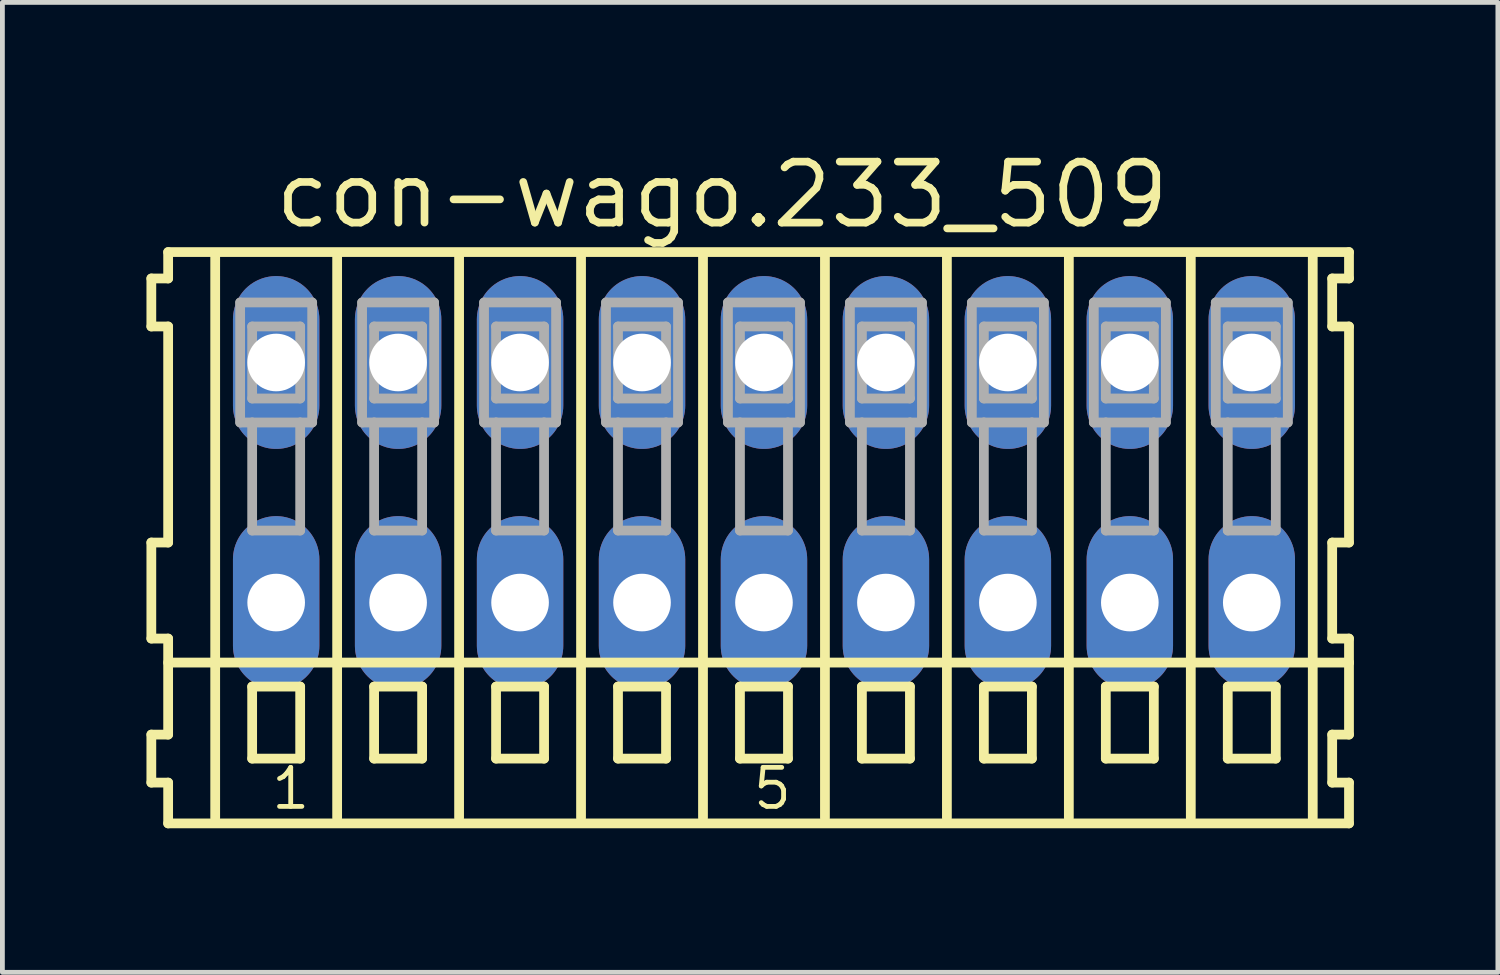
<source format=kicad_pcb>
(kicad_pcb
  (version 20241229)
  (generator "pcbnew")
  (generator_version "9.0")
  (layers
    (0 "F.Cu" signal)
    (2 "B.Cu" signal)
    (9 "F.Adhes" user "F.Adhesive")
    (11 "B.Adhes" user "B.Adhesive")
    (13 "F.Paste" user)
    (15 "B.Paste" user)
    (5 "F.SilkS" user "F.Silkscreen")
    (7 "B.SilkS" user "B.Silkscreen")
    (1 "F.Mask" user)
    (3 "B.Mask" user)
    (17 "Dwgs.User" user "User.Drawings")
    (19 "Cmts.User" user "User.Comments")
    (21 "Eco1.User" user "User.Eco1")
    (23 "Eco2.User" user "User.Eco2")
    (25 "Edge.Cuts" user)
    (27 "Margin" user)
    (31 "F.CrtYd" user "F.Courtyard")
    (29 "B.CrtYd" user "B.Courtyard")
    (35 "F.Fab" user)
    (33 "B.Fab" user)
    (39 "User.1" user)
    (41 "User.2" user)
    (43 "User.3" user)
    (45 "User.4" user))
  (footprint "con-wago.233_509"
    (layer "F.Cu")
    (at 12.862 7)
    (property "Reference" "con-wago.233_509" (at -10.26 -5.25 0) (layer "F.SilkS") (effects (font (size 1.27 1.27) (thickness 0.16)) (justify left bottom)))
    (attr through_hole)
    (fp_line (start -12.76 -4.25) (end -12.76 -3.25) (stroke (width 0.203) (type default)) (layer "F.SilkS"))
    (fp_line (start -12.76 -3.25) (end -12.41 -3.25) (stroke (width 0.203) (type default)) (layer "F.SilkS"))
    (fp_line (start -12.76 1.25) (end -12.76 3.25) (stroke (width 0.203) (type default)) (layer "F.SilkS"))
    (fp_line (start -12.76 3.25) (end -12.41 3.25) (stroke (width 0.203) (type default)) (layer "F.SilkS"))
    (fp_line (start -12.76 5.25) (end -12.76 6.25) (stroke (width 0.203) (type default)) (layer "F.SilkS"))
    (fp_line (start -12.76 6.25) (end -12.41 6.25) (stroke (width 0.203) (type default)) (layer "F.SilkS"))
    (fp_line (start -12.41 -4.8) (end -12.41 -4.25) (stroke (width 0.203) (type default)) (layer "F.SilkS"))
    (fp_line (start -12.41 -4.25) (end -12.76 -4.25) (stroke (width 0.203) (type default)) (layer "F.SilkS"))
    (fp_line (start -12.41 -3.25) (end -12.41 1.25) (stroke (width 0.203) (type default)) (layer "F.SilkS"))
    (fp_line (start -12.41 1.25) (end -12.76 1.25) (stroke (width 0.203) (type default)) (layer "F.SilkS"))
    (fp_line (start -12.41 3.25) (end -12.41 5.25) (stroke (width 0.203) (type default)) (layer "F.SilkS"))
    (fp_line (start -12.41 3.75) (end 12.185 3.75) (stroke (width 0.203) (type default)) (layer "F.SilkS"))
    (fp_line (start -12.41 5.25) (end -12.76 5.25) (stroke (width 0.203) (type default)) (layer "F.SilkS"))
    (fp_line (start -12.41 6.25) (end -12.41 7.1) (stroke (width 0.203) (type default)) (layer "F.SilkS"))
    (fp_line (start -12.41 7.1) (end 12.185 7.1) (stroke (width 0.203) (type default)) (layer "F.SilkS"))
    (fp_line (start -11.43 6.985) (end -11.43 -4.699) (stroke (width 0.203) (type default)) (layer "F.SilkS"))
    (fp_line (start -10.66 4.25) (end -10.66 5.75) (stroke (width 0.203) (type default)) (layer "F.SilkS"))
    (fp_line (start -10.66 5.75) (end -9.66 5.75) (stroke (width 0.203) (type default)) (layer "F.SilkS"))
    (fp_line (start -9.66 4.25) (end -10.66 4.25) (stroke (width 0.203) (type default)) (layer "F.SilkS"))
    (fp_line (start -9.66 5.75) (end -9.66 4.25) (stroke (width 0.203) (type default)) (layer "F.SilkS"))
    (fp_line (start -8.89 6.985) (end -8.89 -4.699) (stroke (width 0.203) (type default)) (layer "F.SilkS"))
    (fp_line (start -8.12 4.25) (end -8.12 5.75) (stroke (width 0.203) (type default)) (layer "F.SilkS"))
    (fp_line (start -8.12 5.75) (end -7.12 5.75) (stroke (width 0.203) (type default)) (layer "F.SilkS"))
    (fp_line (start -7.12 4.25) (end -8.12 4.25) (stroke (width 0.203) (type default)) (layer "F.SilkS"))
    (fp_line (start -7.12 5.75) (end -7.12 4.25) (stroke (width 0.203) (type default)) (layer "F.SilkS"))
    (fp_line (start -6.35 6.985) (end -6.35 -4.699) (stroke (width 0.203) (type default)) (layer "F.SilkS"))
    (fp_line (start -5.58 4.25) (end -5.58 5.75) (stroke (width 0.203) (type default)) (layer "F.SilkS"))
    (fp_line (start -5.58 5.75) (end -4.58 5.75) (stroke (width 0.203) (type default)) (layer "F.SilkS"))
    (fp_line (start -4.58 4.25) (end -5.58 4.25) (stroke (width 0.203) (type default)) (layer "F.SilkS"))
    (fp_line (start -4.58 5.75) (end -4.58 4.25) (stroke (width 0.203) (type default)) (layer "F.SilkS"))
    (fp_line (start -3.81 6.985) (end -3.81 -4.699) (stroke (width 0.203) (type default)) (layer "F.SilkS"))
    (fp_line (start -3.04 4.25) (end -3.04 5.75) (stroke (width 0.203) (type default)) (layer "F.SilkS"))
    (fp_line (start -3.04 5.75) (end -2.04 5.75) (stroke (width 0.203) (type default)) (layer "F.SilkS"))
    (fp_line (start -2.04 4.25) (end -3.04 4.25) (stroke (width 0.203) (type default)) (layer "F.SilkS"))
    (fp_line (start -2.04 5.75) (end -2.04 4.25) (stroke (width 0.203) (type default)) (layer "F.SilkS"))
    (fp_line (start -1.27 6.985) (end -1.27 -4.699) (stroke (width 0.203) (type default)) (layer "F.SilkS"))
    (fp_line (start -0.5 4.25) (end -0.5 5.75) (stroke (width 0.203) (type default)) (layer "F.SilkS"))
    (fp_line (start -0.5 5.75) (end 0.5 5.75) (stroke (width 0.203) (type default)) (layer "F.SilkS"))
    (fp_line (start 0.5 4.25) (end -0.5 4.25) (stroke (width 0.203) (type default)) (layer "F.SilkS"))
    (fp_line (start 0.5 5.75) (end 0.5 4.25) (stroke (width 0.203) (type default)) (layer "F.SilkS"))
    (fp_line (start 1.27 6.985) (end 1.27 -4.699) (stroke (width 0.203) (type default)) (layer "F.SilkS"))
    (fp_line (start 2.04 4.25) (end 2.04 5.75) (stroke (width 0.203) (type default)) (layer "F.SilkS"))
    (fp_line (start 2.04 5.75) (end 3.04 5.75) (stroke (width 0.203) (type default)) (layer "F.SilkS"))
    (fp_line (start 3.04 4.25) (end 2.04 4.25) (stroke (width 0.203) (type default)) (layer "F.SilkS"))
    (fp_line (start 3.04 5.75) (end 3.04 4.25) (stroke (width 0.203) (type default)) (layer "F.SilkS"))
    (fp_line (start 3.81 6.985) (end 3.81 -4.699) (stroke (width 0.203) (type default)) (layer "F.SilkS"))
    (fp_line (start 4.58 4.25) (end 4.58 5.75) (stroke (width 0.203) (type default)) (layer "F.SilkS"))
    (fp_line (start 4.58 5.75) (end 5.58 5.75) (stroke (width 0.203) (type default)) (layer "F.SilkS"))
    (fp_line (start 5.58 4.25) (end 4.58 4.25) (stroke (width 0.203) (type default)) (layer "F.SilkS"))
    (fp_line (start 5.58 5.75) (end 5.58 4.25) (stroke (width 0.203) (type default)) (layer "F.SilkS"))
    (fp_line (start 6.35 6.985) (end 6.35 -4.699) (stroke (width 0.203) (type default)) (layer "F.SilkS"))
    (fp_line (start 7.12 4.25) (end 7.12 5.75) (stroke (width 0.203) (type default)) (layer "F.SilkS"))
    (fp_line (start 7.12 5.75) (end 8.12 5.75) (stroke (width 0.203) (type default)) (layer "F.SilkS"))
    (fp_line (start 8.12 4.25) (end 7.12 4.25) (stroke (width 0.203) (type default)) (layer "F.SilkS"))
    (fp_line (start 8.12 5.75) (end 8.12 4.25) (stroke (width 0.203) (type default)) (layer "F.SilkS"))
    (fp_line (start 8.89 6.985) (end 8.89 -4.699) (stroke (width 0.203) (type default)) (layer "F.SilkS"))
    (fp_line (start 9.66 4.25) (end 9.66 5.75) (stroke (width 0.203) (type default)) (layer "F.SilkS"))
    (fp_line (start 9.66 5.75) (end 10.66 5.75) (stroke (width 0.203) (type default)) (layer "F.SilkS"))
    (fp_line (start 10.66 4.25) (end 9.66 4.25) (stroke (width 0.203) (type default)) (layer "F.SilkS"))
    (fp_line (start 10.66 5.75) (end 10.66 4.25) (stroke (width 0.203) (type default)) (layer "F.SilkS"))
    (fp_line (start 11.43 6.985) (end 11.43 -4.699) (stroke (width 0.203) (type default)) (layer "F.SilkS"))
    (fp_line (start 11.835 -4.25) (end 11.835 -3.25) (stroke (width 0.203) (type default)) (layer "F.SilkS"))
    (fp_line (start 11.835 -3.25) (end 12.185 -3.25) (stroke (width 0.203) (type default)) (layer "F.SilkS"))
    (fp_line (start 11.835 1.25) (end 11.835 3.25) (stroke (width 0.203) (type default)) (layer "F.SilkS"))
    (fp_line (start 11.835 3.25) (end 12.185 3.25) (stroke (width 0.203) (type default)) (layer "F.SilkS"))
    (fp_line (start 11.835 5.25) (end 11.835 6.25) (stroke (width 0.203) (type default)) (layer "F.SilkS"))
    (fp_line (start 11.835 6.25) (end 12.185 6.25) (stroke (width 0.203) (type default)) (layer "F.SilkS"))
    (fp_line (start 12.185 -4.8) (end -12.41 -4.8) (stroke (width 0.203) (type default)) (layer "F.SilkS"))
    (fp_line (start 12.185 -4.25) (end 11.835 -4.25) (stroke (width 0.203) (type default)) (layer "F.SilkS"))
    (fp_line (start 12.185 -4.25) (end 12.185 -4.8) (stroke (width 0.203) (type default)) (layer "F.SilkS"))
    (fp_line (start 12.185 1.25) (end 11.835 1.25) (stroke (width 0.203) (type default)) (layer "F.SilkS"))
    (fp_line (start 12.185 1.25) (end 12.185 -3.25) (stroke (width 0.203) (type default)) (layer "F.SilkS"))
    (fp_line (start 12.185 3.75) (end 12.185 3.25) (stroke (width 0.203) (type default)) (layer "F.SilkS"))
    (fp_line (start 12.185 5.25) (end 11.835 5.25) (stroke (width 0.203) (type default)) (layer "F.SilkS"))
    (fp_line (start 12.185 5.25) (end 12.185 3.75) (stroke (width 0.203) (type default)) (layer "F.SilkS"))
    (fp_line (start 12.185 7.1) (end 12.185 6.25) (stroke (width 0.203) (type default)) (layer "F.SilkS"))
    (fp_line (start -10.91 -3.75) (end -10.91 -1.25) (stroke (width 0.203) (type default)) (layer "F.Fab"))
    (fp_line (start -10.91 -1.25) (end -10.66 -1.25) (stroke (width 0.203) (type default)) (layer "F.Fab"))
    (fp_line (start -10.66 -3.25) (end -10.66 -1.75) (stroke (width 0.203) (type default)) (layer "F.Fab"))
    (fp_line (start -10.66 -1.75) (end -9.66 -1.75) (stroke (width 0.203) (type default)) (layer "F.Fab"))
    (fp_line (start -10.66 -1.25) (end -10.66 1) (stroke (width 0.203) (type default)) (layer "F.Fab"))
    (fp_line (start -10.66 -1.25) (end -9.66 -1.25) (stroke (width 0.203) (type default)) (layer "F.Fab"))
    (fp_line (start -10.66 1) (end -9.66 1) (stroke (width 0.203) (type default)) (layer "F.Fab"))
    (fp_line (start -9.66 -3.25) (end -10.66 -3.25) (stroke (width 0.203) (type default)) (layer "F.Fab"))
    (fp_line (start -9.66 -1.75) (end -9.66 -3.25) (stroke (width 0.203) (type default)) (layer "F.Fab"))
    (fp_line (start -9.66 -1.25) (end -9.41 -1.25) (stroke (width 0.203) (type default)) (layer "F.Fab"))
    (fp_line (start -9.66 1) (end -9.66 -1.25) (stroke (width 0.203) (type default)) (layer "F.Fab"))
    (fp_line (start -9.41 -3.75) (end -10.91 -3.75) (stroke (width 0.203) (type default)) (layer "F.Fab"))
    (fp_line (start -9.41 -1.25) (end -9.41 -3.75) (stroke (width 0.203) (type default)) (layer "F.Fab"))
    (fp_line (start -8.37 -3.75) (end -8.37 -1.25) (stroke (width 0.203) (type default)) (layer "F.Fab"))
    (fp_line (start -8.37 -1.25) (end -8.12 -1.25) (stroke (width 0.203) (type default)) (layer "F.Fab"))
    (fp_line (start -8.12 -3.25) (end -8.12 -1.75) (stroke (width 0.203) (type default)) (layer "F.Fab"))
    (fp_line (start -8.12 -1.75) (end -7.12 -1.75) (stroke (width 0.203) (type default)) (layer "F.Fab"))
    (fp_line (start -8.12 -1.25) (end -8.12 1) (stroke (width 0.203) (type default)) (layer "F.Fab"))
    (fp_line (start -8.12 -1.25) (end -7.12 -1.25) (stroke (width 0.203) (type default)) (layer "F.Fab"))
    (fp_line (start -8.12 1) (end -7.12 1) (stroke (width 0.203) (type default)) (layer "F.Fab"))
    (fp_line (start -7.12 -3.25) (end -8.12 -3.25) (stroke (width 0.203) (type default)) (layer "F.Fab"))
    (fp_line (start -7.12 -1.75) (end -7.12 -3.25) (stroke (width 0.203) (type default)) (layer "F.Fab"))
    (fp_line (start -7.12 -1.25) (end -6.87 -1.25) (stroke (width 0.203) (type default)) (layer "F.Fab"))
    (fp_line (start -7.12 1) (end -7.12 -1.25) (stroke (width 0.203) (type default)) (layer "F.Fab"))
    (fp_line (start -6.87 -3.75) (end -8.37 -3.75) (stroke (width 0.203) (type default)) (layer "F.Fab"))
    (fp_line (start -6.87 -1.25) (end -6.87 -3.75) (stroke (width 0.203) (type default)) (layer "F.Fab"))
    (fp_line (start -5.83 -3.75) (end -5.83 -1.25) (stroke (width 0.203) (type default)) (layer "F.Fab"))
    (fp_line (start -5.83 -1.25) (end -5.58 -1.25) (stroke (width 0.203) (type default)) (layer "F.Fab"))
    (fp_line (start -5.58 -3.25) (end -5.58 -1.75) (stroke (width 0.203) (type default)) (layer "F.Fab"))
    (fp_line (start -5.58 -1.75) (end -4.58 -1.75) (stroke (width 0.203) (type default)) (layer "F.Fab"))
    (fp_line (start -5.58 -1.25) (end -5.58 1) (stroke (width 0.203) (type default)) (layer "F.Fab"))
    (fp_line (start -5.58 -1.25) (end -4.58 -1.25) (stroke (width 0.203) (type default)) (layer "F.Fab"))
    (fp_line (start -5.58 1) (end -4.58 1) (stroke (width 0.203) (type default)) (layer "F.Fab"))
    (fp_line (start -4.58 -3.25) (end -5.58 -3.25) (stroke (width 0.203) (type default)) (layer "F.Fab"))
    (fp_line (start -4.58 -1.75) (end -4.58 -3.25) (stroke (width 0.203) (type default)) (layer "F.Fab"))
    (fp_line (start -4.58 -1.25) (end -4.33 -1.25) (stroke (width 0.203) (type default)) (layer "F.Fab"))
    (fp_line (start -4.58 1) (end -4.58 -1.25) (stroke (width 0.203) (type default)) (layer "F.Fab"))
    (fp_line (start -4.33 -3.75) (end -5.83 -3.75) (stroke (width 0.203) (type default)) (layer "F.Fab"))
    (fp_line (start -4.33 -1.25) (end -4.33 -3.75) (stroke (width 0.203) (type default)) (layer "F.Fab"))
    (fp_line (start -3.29 -3.75) (end -3.29 -1.25) (stroke (width 0.203) (type default)) (layer "F.Fab"))
    (fp_line (start -3.29 -1.25) (end -3.04 -1.25) (stroke (width 0.203) (type default)) (layer "F.Fab"))
    (fp_line (start -3.04 -3.25) (end -3.04 -1.75) (stroke (width 0.203) (type default)) (layer "F.Fab"))
    (fp_line (start -3.04 -1.75) (end -2.04 -1.75) (stroke (width 0.203) (type default)) (layer "F.Fab"))
    (fp_line (start -3.04 -1.25) (end -3.04 1) (stroke (width 0.203) (type default)) (layer "F.Fab"))
    (fp_line (start -3.04 -1.25) (end -2.04 -1.25) (stroke (width 0.203) (type default)) (layer "F.Fab"))
    (fp_line (start -3.04 1) (end -2.04 1) (stroke (width 0.203) (type default)) (layer "F.Fab"))
    (fp_line (start -2.04 -3.25) (end -3.04 -3.25) (stroke (width 0.203) (type default)) (layer "F.Fab"))
    (fp_line (start -2.04 -1.75) (end -2.04 -3.25) (stroke (width 0.203) (type default)) (layer "F.Fab"))
    (fp_line (start -2.04 -1.25) (end -1.79 -1.25) (stroke (width 0.203) (type default)) (layer "F.Fab"))
    (fp_line (start -2.04 1) (end -2.04 -1.25) (stroke (width 0.203) (type default)) (layer "F.Fab"))
    (fp_line (start -1.79 -3.75) (end -3.29 -3.75) (stroke (width 0.203) (type default)) (layer "F.Fab"))
    (fp_line (start -1.79 -1.25) (end -1.79 -3.75) (stroke (width 0.203) (type default)) (layer "F.Fab"))
    (fp_line (start -0.75 -3.75) (end -0.75 -1.25) (stroke (width 0.203) (type default)) (layer "F.Fab"))
    (fp_line (start -0.75 -1.25) (end -0.5 -1.25) (stroke (width 0.203) (type default)) (layer "F.Fab"))
    (fp_line (start -0.5 -3.25) (end -0.5 -1.75) (stroke (width 0.203) (type default)) (layer "F.Fab"))
    (fp_line (start -0.5 -1.75) (end 0.5 -1.75) (stroke (width 0.203) (type default)) (layer "F.Fab"))
    (fp_line (start -0.5 -1.25) (end -0.5 1) (stroke (width 0.203) (type default)) (layer "F.Fab"))
    (fp_line (start -0.5 -1.25) (end 0.5 -1.25) (stroke (width 0.203) (type default)) (layer "F.Fab"))
    (fp_line (start -0.5 1) (end 0.5 1) (stroke (width 0.203) (type default)) (layer "F.Fab"))
    (fp_line (start 0.5 -3.25) (end -0.5 -3.25) (stroke (width 0.203) (type default)) (layer "F.Fab"))
    (fp_line (start 0.5 -1.75) (end 0.5 -3.25) (stroke (width 0.203) (type default)) (layer "F.Fab"))
    (fp_line (start 0.5 -1.25) (end 0.75 -1.25) (stroke (width 0.203) (type default)) (layer "F.Fab"))
    (fp_line (start 0.5 1) (end 0.5 -1.25) (stroke (width 0.203) (type default)) (layer "F.Fab"))
    (fp_line (start 0.75 -3.75) (end -0.75 -3.75) (stroke (width 0.203) (type default)) (layer "F.Fab"))
    (fp_line (start 0.75 -1.25) (end 0.75 -3.75) (stroke (width 0.203) (type default)) (layer "F.Fab"))
    (fp_line (start 1.79 -3.75) (end 1.79 -1.25) (stroke (width 0.203) (type default)) (layer "F.Fab"))
    (fp_line (start 1.79 -1.25) (end 2.04 -1.25) (stroke (width 0.203) (type default)) (layer "F.Fab"))
    (fp_line (start 2.04 -3.25) (end 2.04 -1.75) (stroke (width 0.203) (type default)) (layer "F.Fab"))
    (fp_line (start 2.04 -1.75) (end 3.04 -1.75) (stroke (width 0.203) (type default)) (layer "F.Fab"))
    (fp_line (start 2.04 -1.25) (end 2.04 1) (stroke (width 0.203) (type default)) (layer "F.Fab"))
    (fp_line (start 2.04 -1.25) (end 3.04 -1.25) (stroke (width 0.203) (type default)) (layer "F.Fab"))
    (fp_line (start 2.04 1) (end 3.04 1) (stroke (width 0.203) (type default)) (layer "F.Fab"))
    (fp_line (start 3.04 -3.25) (end 2.04 -3.25) (stroke (width 0.203) (type default)) (layer "F.Fab"))
    (fp_line (start 3.04 -1.75) (end 3.04 -3.25) (stroke (width 0.203) (type default)) (layer "F.Fab"))
    (fp_line (start 3.04 -1.25) (end 3.29 -1.25) (stroke (width 0.203) (type default)) (layer "F.Fab"))
    (fp_line (start 3.04 1) (end 3.04 -1.25) (stroke (width 0.203) (type default)) (layer "F.Fab"))
    (fp_line (start 3.29 -3.75) (end 1.79 -3.75) (stroke (width 0.203) (type default)) (layer "F.Fab"))
    (fp_line (start 3.29 -1.25) (end 3.29 -3.75) (stroke (width 0.203) (type default)) (layer "F.Fab"))
    (fp_line (start 4.33 -3.75) (end 4.33 -1.25) (stroke (width 0.203) (type default)) (layer "F.Fab"))
    (fp_line (start 4.33 -1.25) (end 4.58 -1.25) (stroke (width 0.203) (type default)) (layer "F.Fab"))
    (fp_line (start 4.58 -3.25) (end 4.58 -1.75) (stroke (width 0.203) (type default)) (layer "F.Fab"))
    (fp_line (start 4.58 -1.75) (end 5.58 -1.75) (stroke (width 0.203) (type default)) (layer "F.Fab"))
    (fp_line (start 4.58 -1.25) (end 4.58 1) (stroke (width 0.203) (type default)) (layer "F.Fab"))
    (fp_line (start 4.58 -1.25) (end 5.58 -1.25) (stroke (width 0.203) (type default)) (layer "F.Fab"))
    (fp_line (start 4.58 1) (end 5.58 1) (stroke (width 0.203) (type default)) (layer "F.Fab"))
    (fp_line (start 5.58 -3.25) (end 4.58 -3.25) (stroke (width 0.203) (type default)) (layer "F.Fab"))
    (fp_line (start 5.58 -1.75) (end 5.58 -3.25) (stroke (width 0.203) (type default)) (layer "F.Fab"))
    (fp_line (start 5.58 -1.25) (end 5.83 -1.25) (stroke (width 0.203) (type default)) (layer "F.Fab"))
    (fp_line (start 5.58 1) (end 5.58 -1.25) (stroke (width 0.203) (type default)) (layer "F.Fab"))
    (fp_line (start 5.83 -3.75) (end 4.33 -3.75) (stroke (width 0.203) (type default)) (layer "F.Fab"))
    (fp_line (start 5.83 -1.25) (end 5.83 -3.75) (stroke (width 0.203) (type default)) (layer "F.Fab"))
    (fp_line (start 6.87 -3.75) (end 6.87 -1.25) (stroke (width 0.203) (type default)) (layer "F.Fab"))
    (fp_line (start 6.87 -1.25) (end 7.12 -1.25) (stroke (width 0.203) (type default)) (layer "F.Fab"))
    (fp_line (start 7.12 -3.25) (end 7.12 -1.75) (stroke (width 0.203) (type default)) (layer "F.Fab"))
    (fp_line (start 7.12 -1.75) (end 8.12 -1.75) (stroke (width 0.203) (type default)) (layer "F.Fab"))
    (fp_line (start 7.12 -1.25) (end 7.12 1) (stroke (width 0.203) (type default)) (layer "F.Fab"))
    (fp_line (start 7.12 -1.25) (end 8.12 -1.25) (stroke (width 0.203) (type default)) (layer "F.Fab"))
    (fp_line (start 7.12 1) (end 8.12 1) (stroke (width 0.203) (type default)) (layer "F.Fab"))
    (fp_line (start 8.12 -3.25) (end 7.12 -3.25) (stroke (width 0.203) (type default)) (layer "F.Fab"))
    (fp_line (start 8.12 -1.75) (end 8.12 -3.25) (stroke (width 0.203) (type default)) (layer "F.Fab"))
    (fp_line (start 8.12 -1.25) (end 8.37 -1.25) (stroke (width 0.203) (type default)) (layer "F.Fab"))
    (fp_line (start 8.12 1) (end 8.12 -1.25) (stroke (width 0.203) (type default)) (layer "F.Fab"))
    (fp_line (start 8.37 -3.75) (end 6.87 -3.75) (stroke (width 0.203) (type default)) (layer "F.Fab"))
    (fp_line (start 8.37 -1.25) (end 8.37 -3.75) (stroke (width 0.203) (type default)) (layer "F.Fab"))
    (fp_line (start 9.41 -3.75) (end 9.41 -1.25) (stroke (width 0.203) (type default)) (layer "F.Fab"))
    (fp_line (start 9.41 -1.25) (end 9.66 -1.25) (stroke (width 0.203) (type default)) (layer "F.Fab"))
    (fp_line (start 9.66 -3.25) (end 9.66 -1.75) (stroke (width 0.203) (type default)) (layer "F.Fab"))
    (fp_line (start 9.66 -1.75) (end 10.66 -1.75) (stroke (width 0.203) (type default)) (layer "F.Fab"))
    (fp_line (start 9.66 -1.25) (end 9.66 1) (stroke (width 0.203) (type default)) (layer "F.Fab"))
    (fp_line (start 9.66 -1.25) (end 10.66 -1.25) (stroke (width 0.203) (type default)) (layer "F.Fab"))
    (fp_line (start 9.66 1) (end 10.66 1) (stroke (width 0.203) (type default)) (layer "F.Fab"))
    (fp_line (start 10.66 -3.25) (end 9.66 -3.25) (stroke (width 0.203) (type default)) (layer "F.Fab"))
    (fp_line (start 10.66 -1.75) (end 10.66 -3.25) (stroke (width 0.203) (type default)) (layer "F.Fab"))
    (fp_line (start 10.66 -1.25) (end 10.91 -1.25) (stroke (width 0.203) (type default)) (layer "F.Fab"))
    (fp_line (start 10.66 1) (end 10.66 -1.25) (stroke (width 0.203) (type default)) (layer "F.Fab"))
    (fp_line (start 10.91 -3.75) (end 9.41 -3.75) (stroke (width 0.203) (type default)) (layer "F.Fab"))
    (fp_line (start 10.91 -1.25) (end 10.91 -3.75) (stroke (width 0.203) (type default)) (layer "F.Fab"))
    (fp_text user "5" (at -0.277 6.85 0) (layer "F.SilkS") (effects (font (size 0.813 0.813) (thickness 0.1)) (justify left bottom)))
    (fp_text user "1" (at -10.31 6.85 0) (layer "F.SilkS") (effects (font (size 0.813 0.813) (thickness 0.1)) (justify left bottom)))
    (pad "A1" thru_hole oval (at -10.16 -2.5 90) (size 3.6 1.8) (drill 1.2) (layers "*.Cu" "*.Mask"))
    (pad "A2" thru_hole oval (at -7.62 -2.5 90) (size 3.6 1.8) (drill 1.2) (layers "*.Cu" "*.Mask"))
    (pad "A3" thru_hole oval (at -5.08 -2.5 90) (size 3.6 1.8) (drill 1.2) (layers "*.Cu" "*.Mask"))
    (pad "A4" thru_hole oval (at -2.54 -2.5 90) (size 3.6 1.8) (drill 1.2) (layers "*.Cu" "*.Mask"))
    (pad "A5" thru_hole oval (at 0 -2.5 90) (size 3.6 1.8) (drill 1.2) (layers "*.Cu" "*.Mask"))
    (pad "A6" thru_hole oval (at 2.54 -2.5 90) (size 3.6 1.8) (drill 1.2) (layers "*.Cu" "*.Mask"))
    (pad "A7" thru_hole oval (at 5.08 -2.5 90) (size 3.6 1.8) (drill 1.2) (layers "*.Cu" "*.Mask"))
    (pad "A8" thru_hole oval (at 7.62 -2.5 90) (size 3.6 1.8) (drill 1.2) (layers "*.Cu" "*.Mask"))
    (pad "A9" thru_hole oval (at 10.16 -2.5 90) (size 3.6 1.8) (drill 1.2) (layers "*.Cu" "*.Mask"))
    (pad "B1" thru_hole oval (at -10.16 2.5 90) (size 3.6 1.8) (drill 1.2) (layers "*.Cu" "*.Mask"))
    (pad "B2" thru_hole oval (at -7.62 2.5 90) (size 3.6 1.8) (drill 1.2) (layers "*.Cu" "*.Mask"))
    (pad "B3" thru_hole oval (at -5.08 2.5 90) (size 3.6 1.8) (drill 1.2) (layers "*.Cu" "*.Mask"))
    (pad "B4" thru_hole oval (at -2.54 2.5 90) (size 3.6 1.8) (drill 1.2) (layers "*.Cu" "*.Mask"))
    (pad "B5" thru_hole oval (at 0 2.5 90) (size 3.6 1.8) (drill 1.2) (layers "*.Cu" "*.Mask"))
    (pad "B6" thru_hole oval (at 2.54 2.5 90) (size 3.6 1.8) (drill 1.2) (layers "*.Cu" "*.Mask"))
    (pad "B7" thru_hole oval (at 5.08 2.5 90) (size 3.6 1.8) (drill 1.2) (layers "*.Cu" "*.Mask"))
    (pad "B8" thru_hole oval (at 7.62 2.5 90) (size 3.6 1.8) (drill 1.2) (layers "*.Cu" "*.Mask"))
    (pad "B9" thru_hole oval (at 10.16 2.5 90) (size 3.6 1.8) (drill 1.2) (layers "*.Cu" "*.Mask")))
  (gr_rect
    (start -3 -3)
    (end 28.148 17.202)
    (stroke (width 0.1) (type default))
    (fill no)
    (layer "Edge.Cuts")))
</source>
